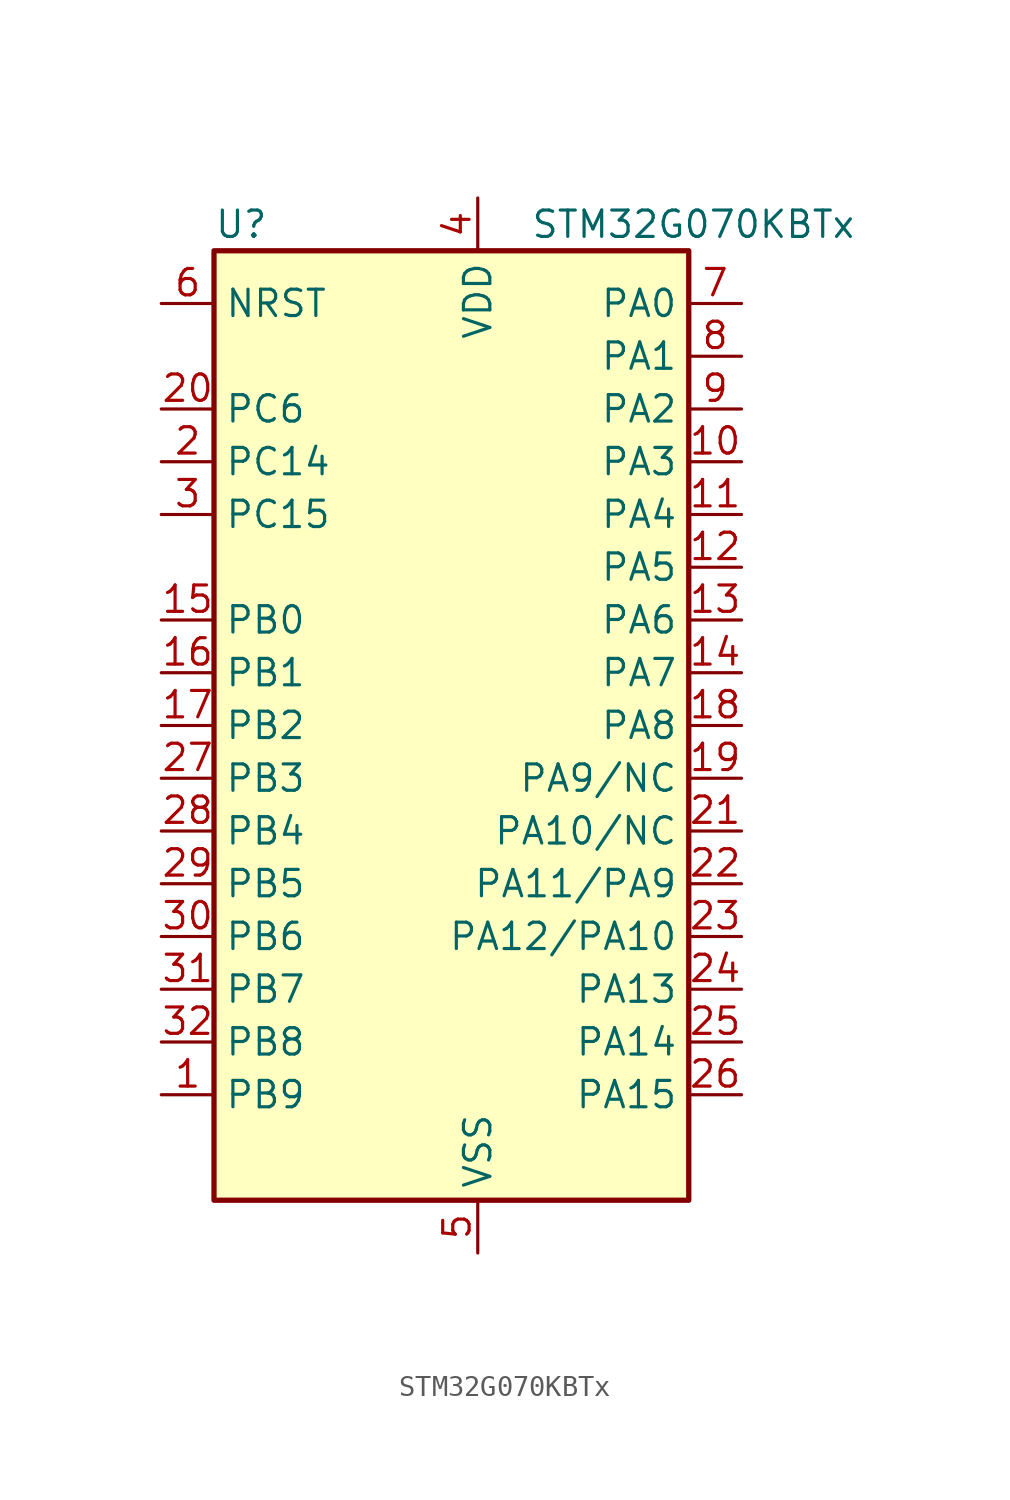
<source format=kicad_sym>
(kicad_symbol_lib
  (version 20231120)
  (generator "kicad_symbol_editor")
  (generator_version "8.0")
  (symbol "STM32G070KBTx"
    (property "Reference" "U"
      (at -10.16 24.13 0)
      (effects (font (size 1.27 1.27)) (justify left)))
    (property "Value" "STM32G070KBTx"
      (at 5.08 24.13 0)
      (effects (font (size 1.27 1.27)) (justify left)))
    (property "ki_locked" ""
      (at 0 0 0)
      (effects (font (size 1.27 1.27))))
    (symbol "STM32G070KBTx_0_1"
      (rectangle (start -10.16 -22.86) (end 12.7 22.86) (stroke (width 0.254) (type default)) (fill (type background))))
    (symbol "STM32G070KBTx_1_1"
      (pin bidirectional line (at -12.7 -17.78 0) (length 2.54) (name "PB9" (effects (font (size 1.27 1.27)))) (number "1" (effects (font (size 1.27 1.27)))) (alternate "I2C1_SDA" bidirectional line) (alternate "IR_OUT" bidirectional line) (alternate "SPI2_NSS" bidirectional line) (alternate "TIM17_CH1" bidirectional line) (alternate "USART3_RX" bidirectional line))
      (pin bidirectional line (at 15.24 12.7 180) (length 2.54) (name "PA3" (effects (font (size 1.27 1.27)))) (number "10" (effects (font (size 1.27 1.27)))) (alternate "ADC1_IN3" bidirectional line) (alternate "SPI2_MISO" bidirectional line) (alternate "TIM15_CH2" bidirectional line) (alternate "USART2_RX" bidirectional line))
      (pin bidirectional line (at 15.24 10.16 180) (length 2.54) (name "PA4" (effects (font (size 1.27 1.27)))) (number "11" (effects (font (size 1.27 1.27)))) (alternate "ADC1_IN4" bidirectional line) (alternate "I2S1_WS" bidirectional line) (alternate "RTC_OUT_ALARM" bidirectional line) (alternate "RTC_OUT_CALIB" bidirectional line) (alternate "RTC_TAMP_IN1" bidirectional line) (alternate "RTC_TS" bidirectional line) (alternate "SPI1_NSS" bidirectional line) (alternate "SPI2_MOSI" bidirectional line) (alternate "SYS_WKUP2" bidirectional line) (alternate "TIM14_CH1" bidirectional line))
      (pin bidirectional line (at 15.24 7.62 180) (length 2.54) (name "PA5" (effects (font (size 1.27 1.27)))) (number "12" (effects (font (size 1.27 1.27)))) (alternate "ADC1_IN5" bidirectional line) (alternate "I2S1_CK" bidirectional line) (alternate "SPI1_SCK" bidirectional line) (alternate "USART3_TX" bidirectional line))
      (pin bidirectional line (at 15.24 5.08 180) (length 2.54) (name "PA6" (effects (font (size 1.27 1.27)))) (number "13" (effects (font (size 1.27 1.27)))) (alternate "ADC1_IN6" bidirectional line) (alternate "I2S1_MCK" bidirectional line) (alternate "SPI1_MISO" bidirectional line) (alternate "TIM16_CH1" bidirectional line) (alternate "TIM1_BK" bidirectional line) (alternate "TIM3_CH1" bidirectional line) (alternate "USART3_CTS" bidirectional line) (alternate "USART3_NSS" bidirectional line))
      (pin bidirectional line (at 15.24 2.54 180) (length 2.54) (name "PA7" (effects (font (size 1.27 1.27)))) (number "14" (effects (font (size 1.27 1.27)))) (alternate "ADC1_IN7" bidirectional line) (alternate "I2S1_SD" bidirectional line) (alternate "SPI1_MOSI" bidirectional line) (alternate "TIM14_CH1" bidirectional line) (alternate "TIM17_CH1" bidirectional line) (alternate "TIM1_CH1N" bidirectional line) (alternate "TIM3_CH2" bidirectional line))
      (pin bidirectional line (at -12.7 5.08 0) (length 2.54) (name "PB0" (effects (font (size 1.27 1.27)))) (number "15" (effects (font (size 1.27 1.27)))) (alternate "ADC1_IN8" bidirectional line) (alternate "I2S1_WS" bidirectional line) (alternate "SPI1_NSS" bidirectional line) (alternate "TIM1_CH2N" bidirectional line) (alternate "TIM3_CH3" bidirectional line) (alternate "USART3_RX" bidirectional line))
      (pin bidirectional line (at -12.7 2.54 0) (length 2.54) (name "PB1" (effects (font (size 1.27 1.27)))) (number "16" (effects (font (size 1.27 1.27)))) (alternate "ADC1_IN9" bidirectional line) (alternate "TIM14_CH1" bidirectional line) (alternate "TIM1_CH3N" bidirectional line) (alternate "TIM3_CH4" bidirectional line) (alternate "USART3_CK" bidirectional line) (alternate "USART3_DE" bidirectional line) (alternate "USART3_RTS" bidirectional line))
      (pin bidirectional line (at -12.7 0 0) (length 2.54) (name "PB2" (effects (font (size 1.27 1.27)))) (number "17" (effects (font (size 1.27 1.27)))) (alternate "ADC1_IN10" bidirectional line) (alternate "SPI2_MISO" bidirectional line) (alternate "USART3_TX" bidirectional line))
      (pin bidirectional line (at 15.24 0 180) (length 2.54) (name "PA8" (effects (font (size 1.27 1.27)))) (number "18" (effects (font (size 1.27 1.27)))) (alternate "RCC_MCO" bidirectional line) (alternate "SPI2_NSS" bidirectional line) (alternate "TIM1_CH1" bidirectional line))
      (pin bidirectional line (at 15.24 -2.54 180) (length 2.54) (name "PA9/NC" (effects (font (size 1.27 1.27)))) (number "19" (effects (font (size 1.27 1.27)))) (alternate "I2C1_SCL" bidirectional line) (alternate "RCC_MCO" bidirectional line) (alternate "SPI2_MISO" bidirectional line) (alternate "TIM15_BK" bidirectional line) (alternate "TIM1_CH2" bidirectional line) (alternate "USART1_TX" bidirectional line))
      (pin bidirectional line (at -12.7 12.7 0) (length 2.54) (name "PC14" (effects (font (size 1.27 1.27)))) (number "2" (effects (font (size 1.27 1.27)))) (alternate "RCC_OSC32_IN" bidirectional line) (alternate "RCC_OSC_IN" bidirectional line) (alternate "TIM1_BK2" bidirectional line))
      (pin bidirectional line (at -12.7 15.24 0) (length 2.54) (name "PC6" (effects (font (size 1.27 1.27)))) (number "20" (effects (font (size 1.27 1.27)))) (alternate "TIM3_CH1" bidirectional line))
      (pin bidirectional line (at 15.24 -5.08 180) (length 2.54) (name "PA10/NC" (effects (font (size 1.27 1.27)))) (number "21" (effects (font (size 1.27 1.27)))) (alternate "I2C1_SDA" bidirectional line) (alternate "SPI2_MOSI" bidirectional line) (alternate "TIM17_BK" bidirectional line) (alternate "TIM1_CH3" bidirectional line) (alternate "USART1_RX" bidirectional line))
      (pin bidirectional line (at 15.24 -7.62 180) (length 2.54) (name "PA11/PA9" (effects (font (size 1.27 1.27)))) (number "22" (effects (font (size 1.27 1.27)))) (alternate "ADC1_EXTI11" bidirectional line) (alternate "I2C2_SCL" bidirectional line) (alternate "I2S1_MCK" bidirectional line) (alternate "SPI1_MISO" bidirectional line) (alternate "TIM1_BK2" bidirectional line) (alternate "TIM1_CH4" bidirectional line) (alternate "USART1_CTS" bidirectional line) (alternate "USART1_NSS" bidirectional line))
      (pin bidirectional line (at 15.24 -10.16 180) (length 2.54) (name "PA12/PA10" (effects (font (size 1.27 1.27)))) (number "23" (effects (font (size 1.27 1.27)))) (alternate "I2C2_SDA" bidirectional line) (alternate "I2S1_SD" bidirectional line) (alternate "I2S_CKIN" bidirectional line) (alternate "SPI1_MOSI" bidirectional line) (alternate "TIM1_ETR" bidirectional line) (alternate "USART1_CK" bidirectional line) (alternate "USART1_DE" bidirectional line) (alternate "USART1_RTS" bidirectional line))
      (pin bidirectional line (at 15.24 -12.7 180) (length 2.54) (name "PA13" (effects (font (size 1.27 1.27)))) (number "24" (effects (font (size 1.27 1.27)))) (alternate "IR_OUT" bidirectional line) (alternate "SYS_SWDIO" bidirectional line))
      (pin bidirectional line (at 15.24 -15.24 180) (length 2.54) (name "PA14" (effects (font (size 1.27 1.27)))) (number "25" (effects (font (size 1.27 1.27)))) (alternate "SYS_SWCLK" bidirectional line) (alternate "USART2_TX" bidirectional line))
      (pin bidirectional line (at 15.24 -17.78 180) (length 2.54) (name "PA15" (effects (font (size 1.27 1.27)))) (number "26" (effects (font (size 1.27 1.27)))) (alternate "I2S1_WS" bidirectional line) (alternate "SPI1_NSS" bidirectional line) (alternate "USART2_RX" bidirectional line) (alternate "USART3_CK" bidirectional line) (alternate "USART3_DE" bidirectional line) (alternate "USART3_RTS" bidirectional line) (alternate "USART4_CK" bidirectional line) (alternate "USART4_DE" bidirectional line) (alternate "USART4_RTS" bidirectional line))
      (pin bidirectional line (at -12.7 -2.54 0) (length 2.54) (name "PB3" (effects (font (size 1.27 1.27)))) (number "27" (effects (font (size 1.27 1.27)))) (alternate "I2S1_CK" bidirectional line) (alternate "SPI1_SCK" bidirectional line) (alternate "TIM1_CH2" bidirectional line) (alternate "USART1_CK" bidirectional line) (alternate "USART1_DE" bidirectional line) (alternate "USART1_RTS" bidirectional line))
      (pin bidirectional line (at -12.7 -5.08 0) (length 2.54) (name "PB4" (effects (font (size 1.27 1.27)))) (number "28" (effects (font (size 1.27 1.27)))) (alternate "I2S1_MCK" bidirectional line) (alternate "SPI1_MISO" bidirectional line) (alternate "TIM17_BK" bidirectional line) (alternate "TIM3_CH1" bidirectional line) (alternate "USART1_CTS" bidirectional line) (alternate "USART1_NSS" bidirectional line))
      (pin bidirectional line (at -12.7 -7.62 0) (length 2.54) (name "PB5" (effects (font (size 1.27 1.27)))) (number "29" (effects (font (size 1.27 1.27)))) (alternate "I2C1_SMBA" bidirectional line) (alternate "I2S1_SD" bidirectional line) (alternate "SPI1_MOSI" bidirectional line) (alternate "SYS_WKUP6" bidirectional line) (alternate "TIM16_BK" bidirectional line) (alternate "TIM3_CH2" bidirectional line))
      (pin bidirectional line (at -12.7 10.16 0) (length 2.54) (name "PC15" (effects (font (size 1.27 1.27)))) (number "3" (effects (font (size 1.27 1.27)))) (alternate "RCC_OSC32_EN" bidirectional line) (alternate "RCC_OSC32_OUT" bidirectional line) (alternate "RCC_OSC_EN" bidirectional line) (alternate "TIM15_BK" bidirectional line))
      (pin bidirectional line (at -12.7 -10.16 0) (length 2.54) (name "PB6" (effects (font (size 1.27 1.27)))) (number "30" (effects (font (size 1.27 1.27)))) (alternate "I2C1_SCL" bidirectional line) (alternate "SPI2_MISO" bidirectional line) (alternate "TIM16_CH1N" bidirectional line) (alternate "TIM1_CH3" bidirectional line) (alternate "USART1_TX" bidirectional line))
      (pin bidirectional line (at -12.7 -12.7 0) (length 2.54) (name "PB7" (effects (font (size 1.27 1.27)))) (number "31" (effects (font (size 1.27 1.27)))) (alternate "I2C1_SDA" bidirectional line) (alternate "SPI2_MOSI" bidirectional line) (alternate "TIM17_CH1N" bidirectional line) (alternate "USART1_RX" bidirectional line) (alternate "USART4_CTS" bidirectional line) (alternate "USART4_NSS" bidirectional line))
      (pin bidirectional line (at -12.7 -15.24 0) (length 2.54) (name "PB8" (effects (font (size 1.27 1.27)))) (number "32" (effects (font (size 1.27 1.27)))) (alternate "I2C1_SCL" bidirectional line) (alternate "SPI2_SCK" bidirectional line) (alternate "TIM15_BK" bidirectional line) (alternate "TIM16_CH1" bidirectional line) (alternate "USART3_TX" bidirectional line))
      (pin power_in line (at 2.54 25.4 270) (length 2.54) (name "VDD" (effects (font (size 1.27 1.27)))) (number "4" (effects (font (size 1.27 1.27)))))
      (pin power_in line (at 2.54 -25.4 90) (length 2.54) (name "VSS" (effects (font (size 1.27 1.27)))) (number "5" (effects (font (size 1.27 1.27)))))
      (pin input line (at -12.7 20.32 0) (length 2.54) (name "NRST" (effects (font (size 1.27 1.27)))) (number "6" (effects (font (size 1.27 1.27)))))
      (pin bidirectional line (at 15.24 20.32 180) (length 2.54) (name "PA0" (effects (font (size 1.27 1.27)))) (number "7" (effects (font (size 1.27 1.27)))) (alternate "ADC1_IN0" bidirectional line) (alternate "RTC_TAMP_IN2" bidirectional line) (alternate "SPI2_SCK" bidirectional line) (alternate "SYS_WKUP1" bidirectional line) (alternate "USART2_CTS" bidirectional line) (alternate "USART2_NSS" bidirectional line) (alternate "USART4_TX" bidirectional line))
      (pin bidirectional line (at 15.24 17.78 180) (length 2.54) (name "PA1" (effects (font (size 1.27 1.27)))) (number "8" (effects (font (size 1.27 1.27)))) (alternate "ADC1_IN1" bidirectional line) (alternate "I2C1_SMBA" bidirectional line) (alternate "I2S1_CK" bidirectional line) (alternate "SPI1_SCK" bidirectional line) (alternate "TIM15_CH1N" bidirectional line) (alternate "USART2_CK" bidirectional line) (alternate "USART2_DE" bidirectional line) (alternate "USART2_RTS" bidirectional line) (alternate "USART4_RX" bidirectional line))
      (pin bidirectional line (at 15.24 15.24 180) (length 2.54) (name "PA2" (effects (font (size 1.27 1.27)))) (number "9" (effects (font (size 1.27 1.27)))) (alternate "ADC1_IN2" bidirectional line) (alternate "I2S1_SD" bidirectional line) (alternate "RCC_LSCO" bidirectional line) (alternate "SPI1_MOSI" bidirectional line) (alternate "SYS_WKUP4" bidirectional line) (alternate "TIM15_CH1" bidirectional line) (alternate "USART2_TX" bidirectional line)))))
</source>
